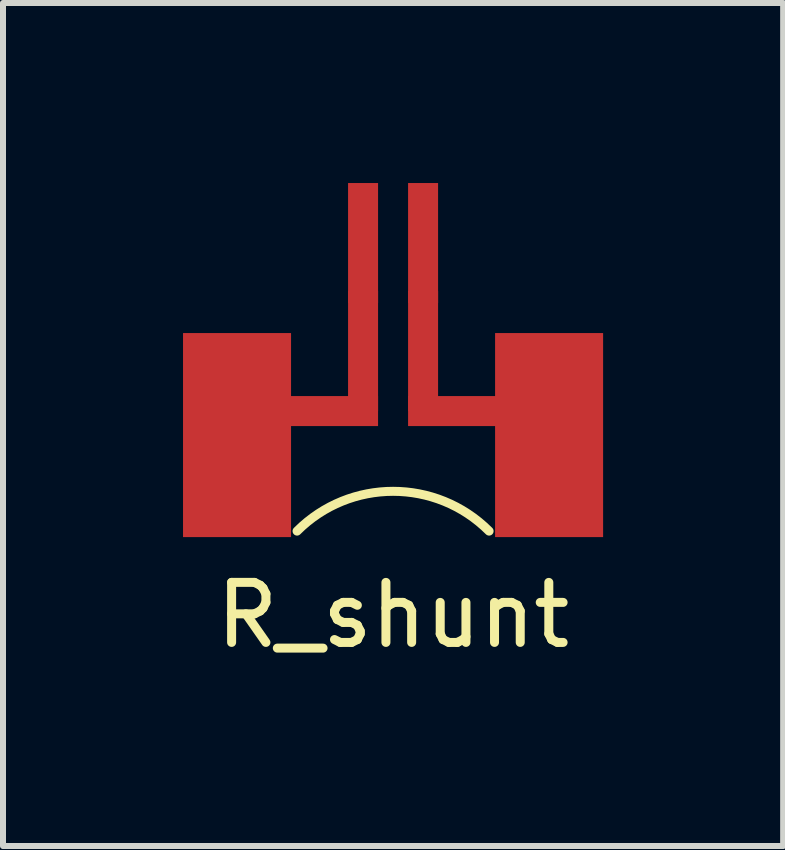
<source format=kicad_pcb>
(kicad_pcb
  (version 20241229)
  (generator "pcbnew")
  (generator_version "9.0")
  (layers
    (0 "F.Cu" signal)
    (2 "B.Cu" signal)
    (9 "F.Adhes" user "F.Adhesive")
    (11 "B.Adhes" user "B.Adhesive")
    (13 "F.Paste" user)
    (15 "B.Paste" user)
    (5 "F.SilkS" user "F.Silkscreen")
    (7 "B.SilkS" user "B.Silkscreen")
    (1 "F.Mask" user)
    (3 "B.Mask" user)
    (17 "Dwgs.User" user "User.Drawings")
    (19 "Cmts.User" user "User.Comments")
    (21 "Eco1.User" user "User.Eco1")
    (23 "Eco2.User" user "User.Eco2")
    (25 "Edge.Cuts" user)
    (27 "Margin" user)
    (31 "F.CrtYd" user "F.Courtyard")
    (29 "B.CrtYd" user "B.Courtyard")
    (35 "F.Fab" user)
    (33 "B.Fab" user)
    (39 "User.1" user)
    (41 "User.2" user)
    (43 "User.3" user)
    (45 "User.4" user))
  (footprint "R_shunt"
    (layer "F.Cu")
    (at 3.5 4.2)
    (property "Reference" "R_shunt" (at 0 3 0) (layer "F.SilkS") (effects (font (size 1 1) (thickness 0.15))))
    (attr through_hole)
    (fp_arc (start -1.6 1.6) (mid 0 0.937258) (end 1.6 1.6) (stroke (width 0.15) (type solid)) (layer "F.SilkS"))
    (pad "1" smd rect (at -2.6 0) (size 1.8 3.4) (layers "F.Cu" "F.Mask" "F.Paste"))
    (pad "1" smd rect (at -1 -0.4) (size 1.5 0.5) (layers "F.Cu" "F.Mask" "F.Paste"))
    (pad "1" smd rect (at -0.5 -3.2) (size 0.5 2) (layers "F.Cu" "F.Mask" "F.Paste"))
    (pad "1" smd rect (at -0.5 -1.4) (size 0.5 2) (layers "F.Cu" "F.Mask" "F.Paste"))
    (pad "2" smd rect (at 0.5 -3.2) (size 0.5 2) (layers "F.Cu" "F.Mask" "F.Paste"))
    (pad "2" smd rect (at 0.5 -1.4) (size 0.5 2) (layers "F.Cu" "F.Mask" "F.Paste"))
    (pad "2" smd rect (at 1 -0.4) (size 1.5 0.5) (layers "F.Cu" "F.Mask" "F.Paste"))
    (pad "2" smd rect (at 2.6 0) (size 1.8 3.4) (layers "F.Cu" "F.Mask" "F.Paste")))
  (gr_rect
    (start -3 -3)
    (end 10 11.048)
    (stroke (width 0.1) (type default))
    (fill no)
    (layer "Edge.Cuts")))
</source>
